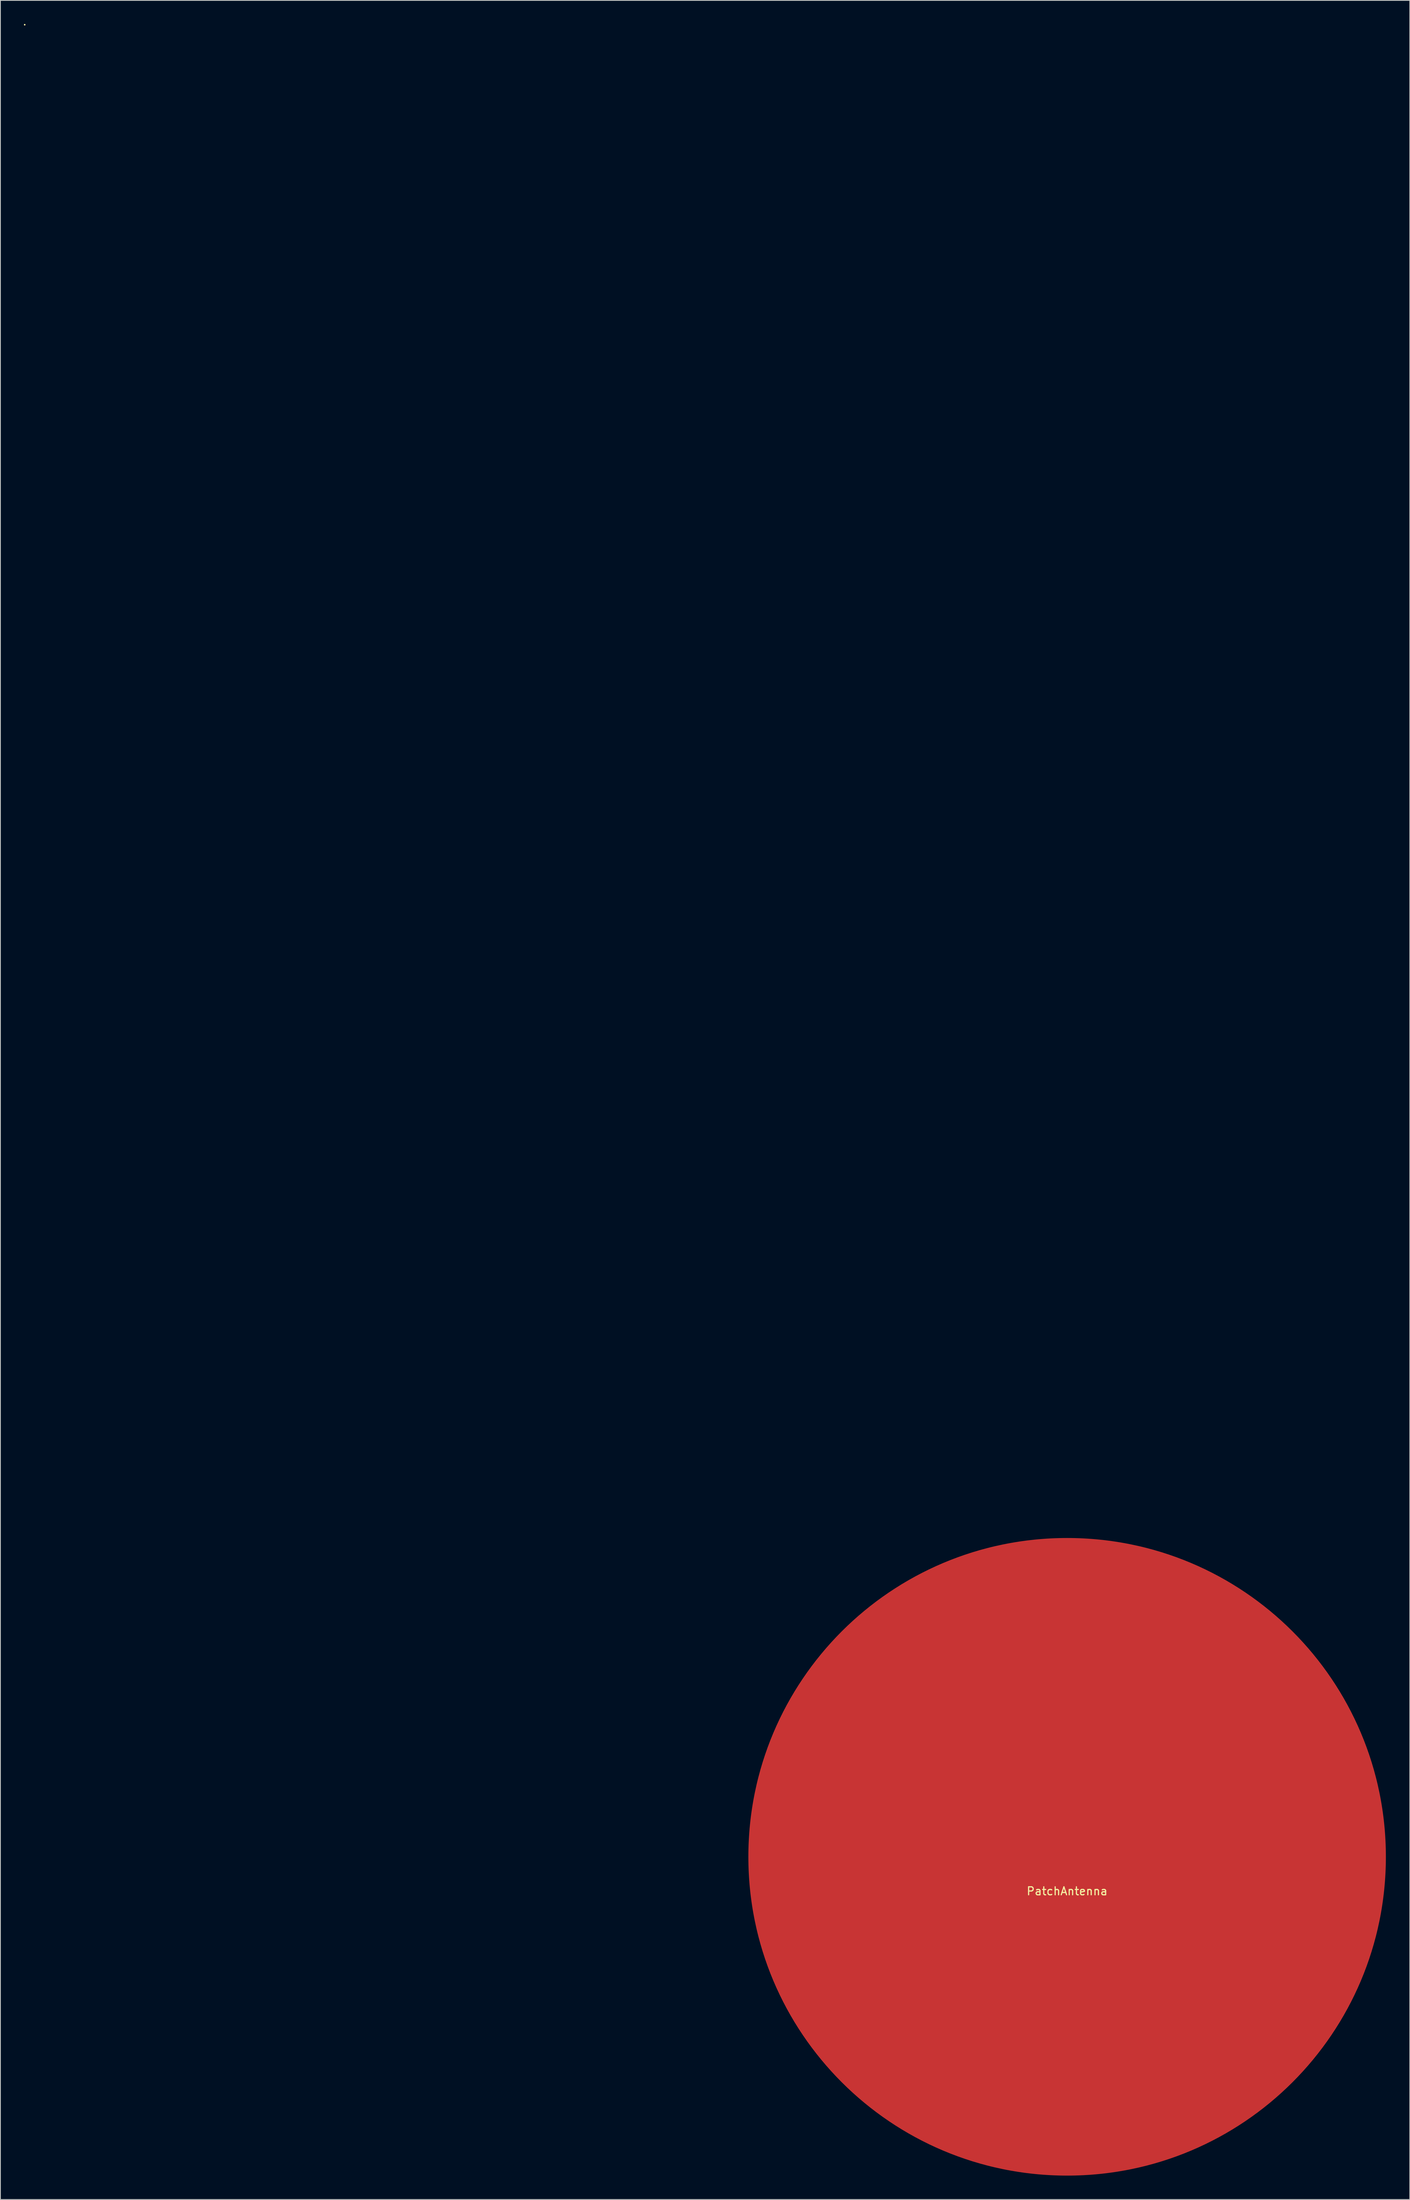
<source format=kicad_pcb>
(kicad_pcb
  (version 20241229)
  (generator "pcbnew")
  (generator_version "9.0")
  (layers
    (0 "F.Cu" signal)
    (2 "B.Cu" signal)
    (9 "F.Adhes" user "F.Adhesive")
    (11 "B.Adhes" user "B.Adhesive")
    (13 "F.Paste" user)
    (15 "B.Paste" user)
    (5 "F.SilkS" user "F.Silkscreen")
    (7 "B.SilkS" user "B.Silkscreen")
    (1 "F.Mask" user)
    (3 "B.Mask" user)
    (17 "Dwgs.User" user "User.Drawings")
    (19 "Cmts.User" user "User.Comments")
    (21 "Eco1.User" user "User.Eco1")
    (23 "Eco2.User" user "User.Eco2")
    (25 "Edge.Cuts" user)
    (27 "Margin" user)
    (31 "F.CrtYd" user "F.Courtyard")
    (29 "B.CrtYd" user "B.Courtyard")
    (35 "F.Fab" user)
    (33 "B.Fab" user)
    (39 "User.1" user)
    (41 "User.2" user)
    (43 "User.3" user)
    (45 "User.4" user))
  (footprint "PatchAntenna"
    (layer "F.Cu")
    (at 130.86 229.92)
    (property "Reference" "PatchAntenna" (at 0 4.31 0) (layer "F.SilkS") (effects (font (size 1 1) (thickness 0.15))))
    (attr through_hole)
    (fp_circle (center -130.81 -229.87) (end -130.81 -229.87) (stroke (width 0.1) (type solid)) (fill no) (layer "F.SilkS"))
    (pad "2" smd circle (at 0 0) (size 80 80) (layers "F.Cu" "F.Mask" "F.Paste")))
  (gr_rect
    (start -3 -3)
    (end 173.86 272.92)
    (stroke (width 0.1) (type default))
    (fill no)
    (layer "Edge.Cuts")))
</source>
